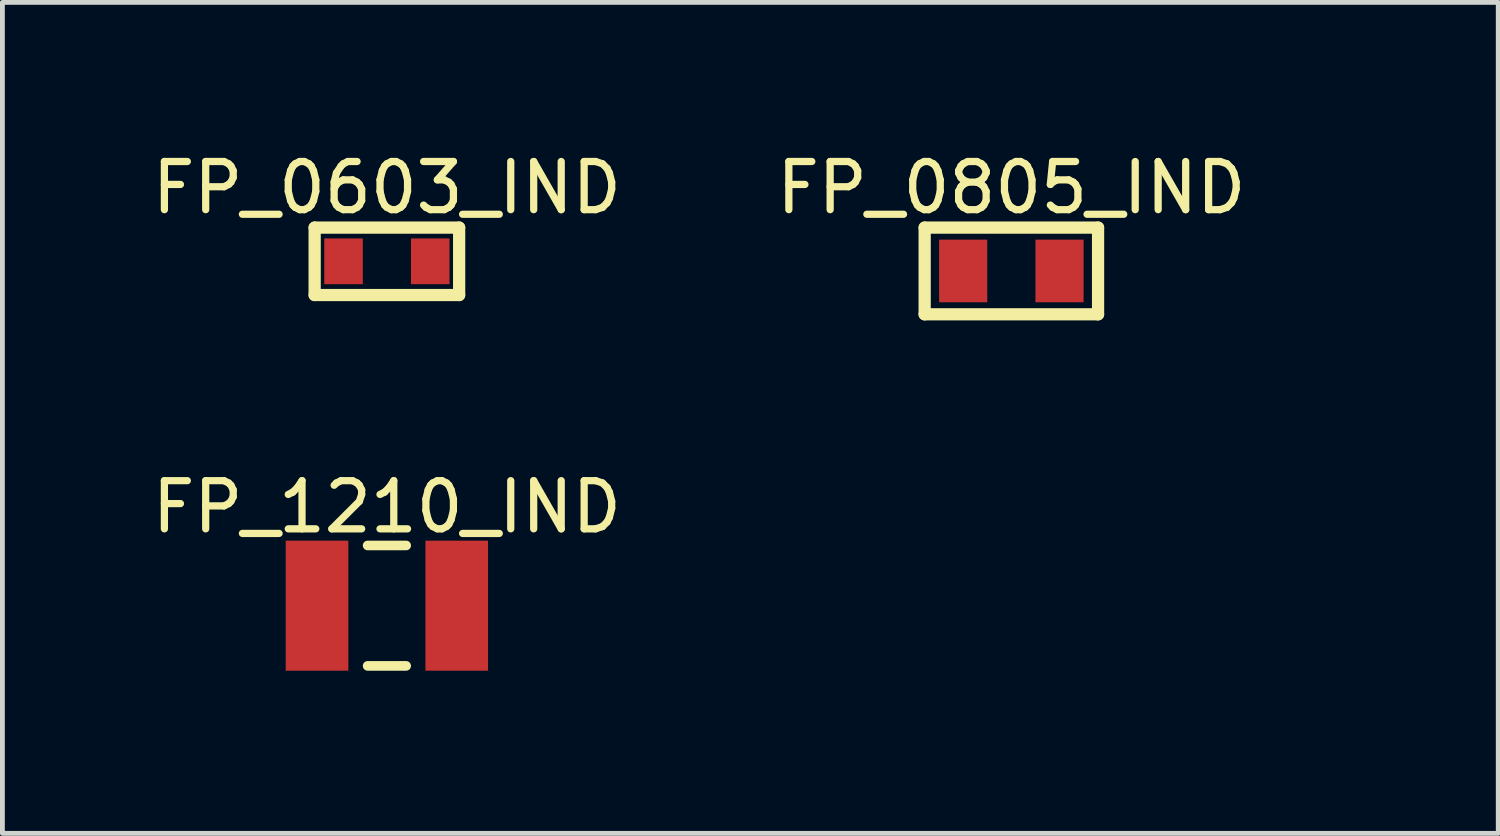
<source format=kicad_pcb>
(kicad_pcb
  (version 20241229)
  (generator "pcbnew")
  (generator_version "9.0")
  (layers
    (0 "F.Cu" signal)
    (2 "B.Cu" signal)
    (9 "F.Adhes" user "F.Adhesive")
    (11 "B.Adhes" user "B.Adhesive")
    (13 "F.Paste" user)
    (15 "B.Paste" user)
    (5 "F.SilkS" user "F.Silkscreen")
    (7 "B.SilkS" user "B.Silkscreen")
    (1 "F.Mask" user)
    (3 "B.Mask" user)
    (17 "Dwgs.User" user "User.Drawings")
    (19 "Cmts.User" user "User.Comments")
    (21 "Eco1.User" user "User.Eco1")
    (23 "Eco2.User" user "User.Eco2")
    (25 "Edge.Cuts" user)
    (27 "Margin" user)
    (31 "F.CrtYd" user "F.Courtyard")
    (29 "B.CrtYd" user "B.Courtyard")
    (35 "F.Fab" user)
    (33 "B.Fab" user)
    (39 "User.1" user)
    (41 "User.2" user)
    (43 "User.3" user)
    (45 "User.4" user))
  (footprint "FP_0805_IND"
    (layer "F.Cu")
    (at 17.946 2.575)
    (property "Reference" "FP_0805_IND" (at -0.000005 -1.727 0) (layer "F.SilkS") (effects (font (size 1 1) (thickness 0.15))))
    (fp_line (start -1.8 -0.9) (end 1.8 -0.9) (stroke (width 0.254) (type solid)) (layer "F.SilkS"))
    (fp_line (start -1.8 0.9) (end -1.8 -0.9) (stroke (width 0.254) (type solid)) (layer "F.SilkS"))
    (fp_line (start -1.8 0.9) (end 1.8 0.9) (stroke (width 0.254) (type solid)) (layer "F.SilkS"))
    (fp_line (start 1.8 0.9) (end 1.8 -0.9) (stroke (width 0.254) (type solid)) (layer "F.SilkS"))
    (fp_line (start -1.8 -0.9) (end 1.8 -0.9) (stroke (width 0.3) (type solid)) (layer "Eco2.User"))
    (fp_line (start -1.8 0.9) (end -1.8 -0.9) (stroke (width 0.3) (type solid)) (layer "Eco2.User"))
    (fp_line (start -1.8 0.9) (end 1.8 0.9) (stroke (width 0.3) (type solid)) (layer "Eco2.User"))
    (fp_line (start 1.8 0.9) (end 1.8 -0.9) (stroke (width 0.3) (type solid)) (layer "Eco2.User"))
    (fp_text user "${REFERENCE}" (at -0.6 0.493 0) (unlocked yes) (layer "Eco2.User") (effects (font (size 0.762 0.762) (thickness 0.152)) (justify left bottom)))
    (pad "1" smd rect (at -1 0) (size 1 1.3) (layers "F.Cu" "F.Mask" "F.Paste"))
    (pad "2" smd rect (at 1 0) (size 1 1.3) (layers "F.Cu" "F.Mask" "F.Paste")))
  (footprint "FP_1210_IND"
    (layer "F.Cu")
    (at 4.982 9.524)
    (property "Reference" "FP_1210_IND" (at 0 -2.05 0) (layer "F.SilkS") (effects (font (size 1 1) (thickness 0.15))))
    (fp_line (start -0.4 -1.25) (end 0.4 -1.25) (stroke (width 0.2) (type solid)) (layer "F.SilkS"))
    (fp_line (start -0.4 1.25) (end 0.4 1.25) (stroke (width 0.2) (type solid)) (layer "F.SilkS"))
    (fp_line (start -2.4 -1.6) (end 2.4 -1.6) (stroke (width 0.254) (type solid)) (layer "Eco2.User"))
    (fp_line (start -2.4 1.6) (end -2.4 -1.6) (stroke (width 0.254) (type solid)) (layer "Eco2.User"))
    (fp_line (start -2.4 1.6) (end 2.4 1.6) (stroke (width 0.254) (type solid)) (layer "Eco2.User"))
    (fp_line (start -2.35 -1.6) (end 2.35 -1.6) (stroke (width 0.1) (type solid)) (layer "Eco2.User"))
    (fp_line (start -2.35 1.6) (end -2.35 -1.6) (stroke (width 0.1) (type solid)) (layer "Eco2.User"))
    (fp_line (start -2.35 1.6) (end 2.35 1.6) (stroke (width 0.1) (type solid)) (layer "Eco2.User"))
    (fp_line (start -0.5 0) (end 0.5 0) (stroke (width 0.1) (type solid)) (layer "Eco2.User"))
    (fp_line (start 0 0.5) (end 0 -0.5) (stroke (width 0.1) (type solid)) (layer "Eco2.User"))
    (fp_line (start 2.35 1.6) (end 2.35 -1.6) (stroke (width 0.1) (type solid)) (layer "Eco2.User"))
    (fp_line (start 2.4 1.6) (end 2.4 -1.6) (stroke (width 0.254) (type solid)) (layer "Eco2.User"))
    (fp_text user "${REFERENCE}" (at -1.2 0.624 0) (unlocked yes) (layer "Eco2.User") (effects (font (size 1.016 1.016) (thickness 0.152)) (justify left bottom)))
    (pad "1" smd rect (at -1.45 0 90) (size 2.7 1.3) (layers "F.Cu" "F.Mask" "F.Paste"))
    (pad "2" smd rect (at 1.45 0 90) (size 2.7 1.3) (layers "F.Cu" "F.Mask" "F.Paste")))
  (footprint "FP_0603_IND"
    (layer "F.Cu")
    (at 4.982 2.375)
    (property "Reference" "FP_0603_IND" (at 0 -1.527 0) (layer "F.SilkS") (effects (font (size 1 1) (thickness 0.15))))
    (fp_line (start -1.5 -0.7) (end 1.5 -0.7) (stroke (width 0.254) (type solid)) (layer "F.SilkS"))
    (fp_line (start -1.5 0.7) (end -1.5 -0.7) (stroke (width 0.254) (type solid)) (layer "F.SilkS"))
    (fp_line (start -1.5 0.7) (end 1.5 0.7) (stroke (width 0.254) (type solid)) (layer "F.SilkS"))
    (fp_line (start 1.5 0.7) (end 1.5 -0.7) (stroke (width 0.254) (type solid)) (layer "F.SilkS"))
    (pad "1" smd rect (at -0.9 0) (size 0.8 0.95) (layers "F.Cu" "F.Mask" "F.Paste"))
    (pad "2" smd rect (at 0.9 0) (size 0.8 0.95) (layers "F.Cu" "F.Mask" "F.Paste")))
  (gr_rect
    (start -3 -3)
    (end 28.054 14.251)
    (stroke (width 0.1) (type default))
    (fill no)
    (layer "Edge.Cuts")))
</source>
